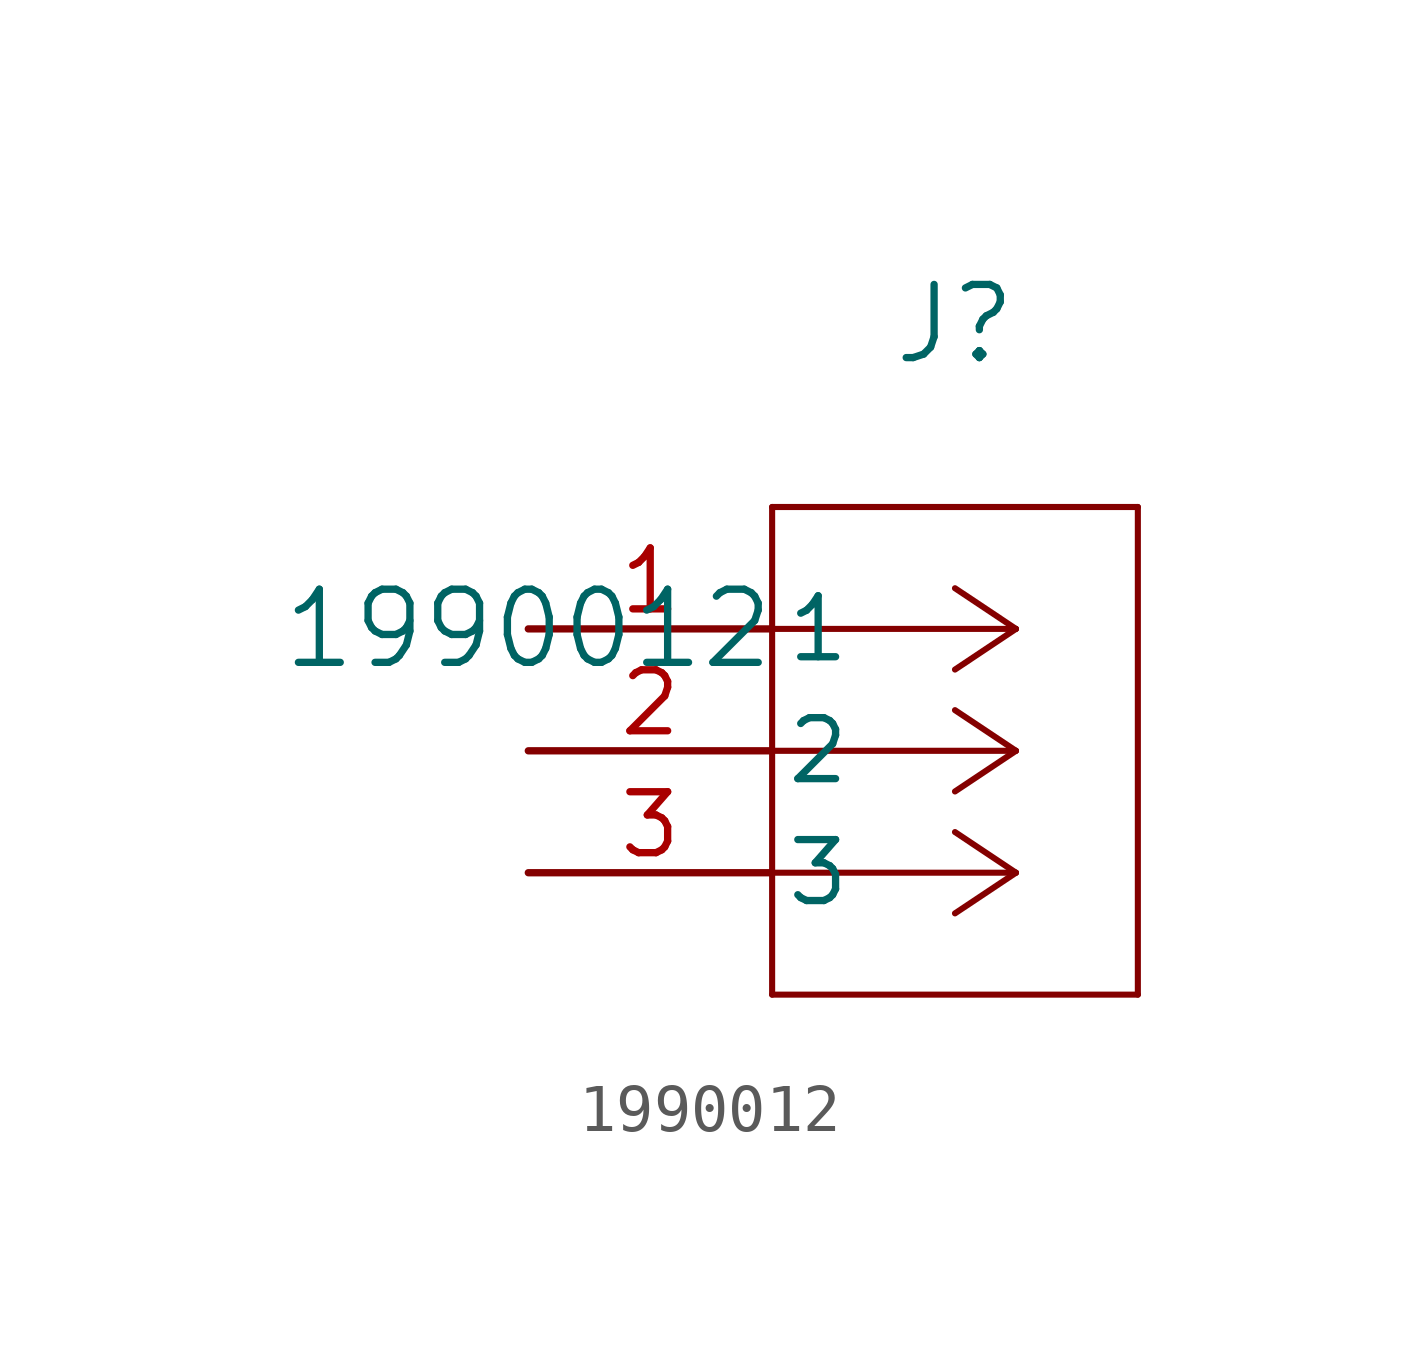
<source format=kicad_sym>
(kicad_symbol_lib
  (version 20220914)
  (generator kicad_symbol_editor)
  (symbol "1990012"
    (pin_names
      (offset 0.254))
    (property "Reference" "J"
      (at 8.89 6.35 0)
      (effects (font (size 1.524 1.524))))
    (property "Value" "1990012"
      (at 0 0 0)
      (effects (font (size 1.524 1.524))))
    (property "ki_locked" ""
      (at 0 0 0)
      (effects (font (size 1.27 1.27))))
    (symbol "1990012_0_1"
      (polyline (pts (xy 5.08 -7.62) (xy 12.7 -7.62)) (stroke (width 0.127) (type default)) (fill (type none)))
      (polyline (pts (xy 5.08 2.54) (xy 5.08 -7.62)) (stroke (width 0.127) (type default)) (fill (type none)))
      (polyline (pts (xy 10.16 -5.08) (xy 5.08 -5.08)) (stroke (width 0.127) (type default)) (fill (type none)))
      (polyline (pts (xy 10.16 -5.08) (xy 8.89 -5.927)) (stroke (width 0.127) (type default)) (fill (type none)))
      (polyline (pts (xy 10.16 -5.08) (xy 8.89 -4.233)) (stroke (width 0.127) (type default)) (fill (type none)))
      (polyline (pts (xy 10.16 -2.54) (xy 5.08 -2.54)) (stroke (width 0.127) (type default)) (fill (type none)))
      (polyline (pts (xy 10.16 -2.54) (xy 8.89 -3.387)) (stroke (width 0.127) (type default)) (fill (type none)))
      (polyline (pts (xy 10.16 -2.54) (xy 8.89 -1.693)) (stroke (width 0.127) (type default)) (fill (type none)))
      (polyline (pts (xy 10.16 0) (xy 5.08 0)) (stroke (width 0.127) (type default)) (fill (type none)))
      (polyline (pts (xy 10.16 0) (xy 8.89 -0.847)) (stroke (width 0.127) (type default)) (fill (type none)))
      (polyline (pts (xy 10.16 0) (xy 8.89 0.847)) (stroke (width 0.127) (type default)) (fill (type none)))
      (polyline (pts (xy 12.7 -7.62) (xy 12.7 2.54)) (stroke (width 0.127) (type default)) (fill (type none)))
      (polyline (pts (xy 12.7 2.54) (xy 5.08 2.54)) (stroke (width 0.127) (type default)) (fill (type none)))
      (pin unspecified line (at 0 0 0) (length 5.08) (name "1" (effects (font (size 1.27 1.27)))) (number "1" (effects (font (size 1.27 1.27)))))
      (pin unspecified line (at 0 -2.54 0) (length 5.08) (name "2" (effects (font (size 1.27 1.27)))) (number "2" (effects (font (size 1.27 1.27)))))
      (pin unspecified line (at 0 -5.08 0) (length 5.08) (name "3" (effects (font (size 1.27 1.27)))) (number "3" (effects (font (size 1.27 1.27))))))))
</source>
